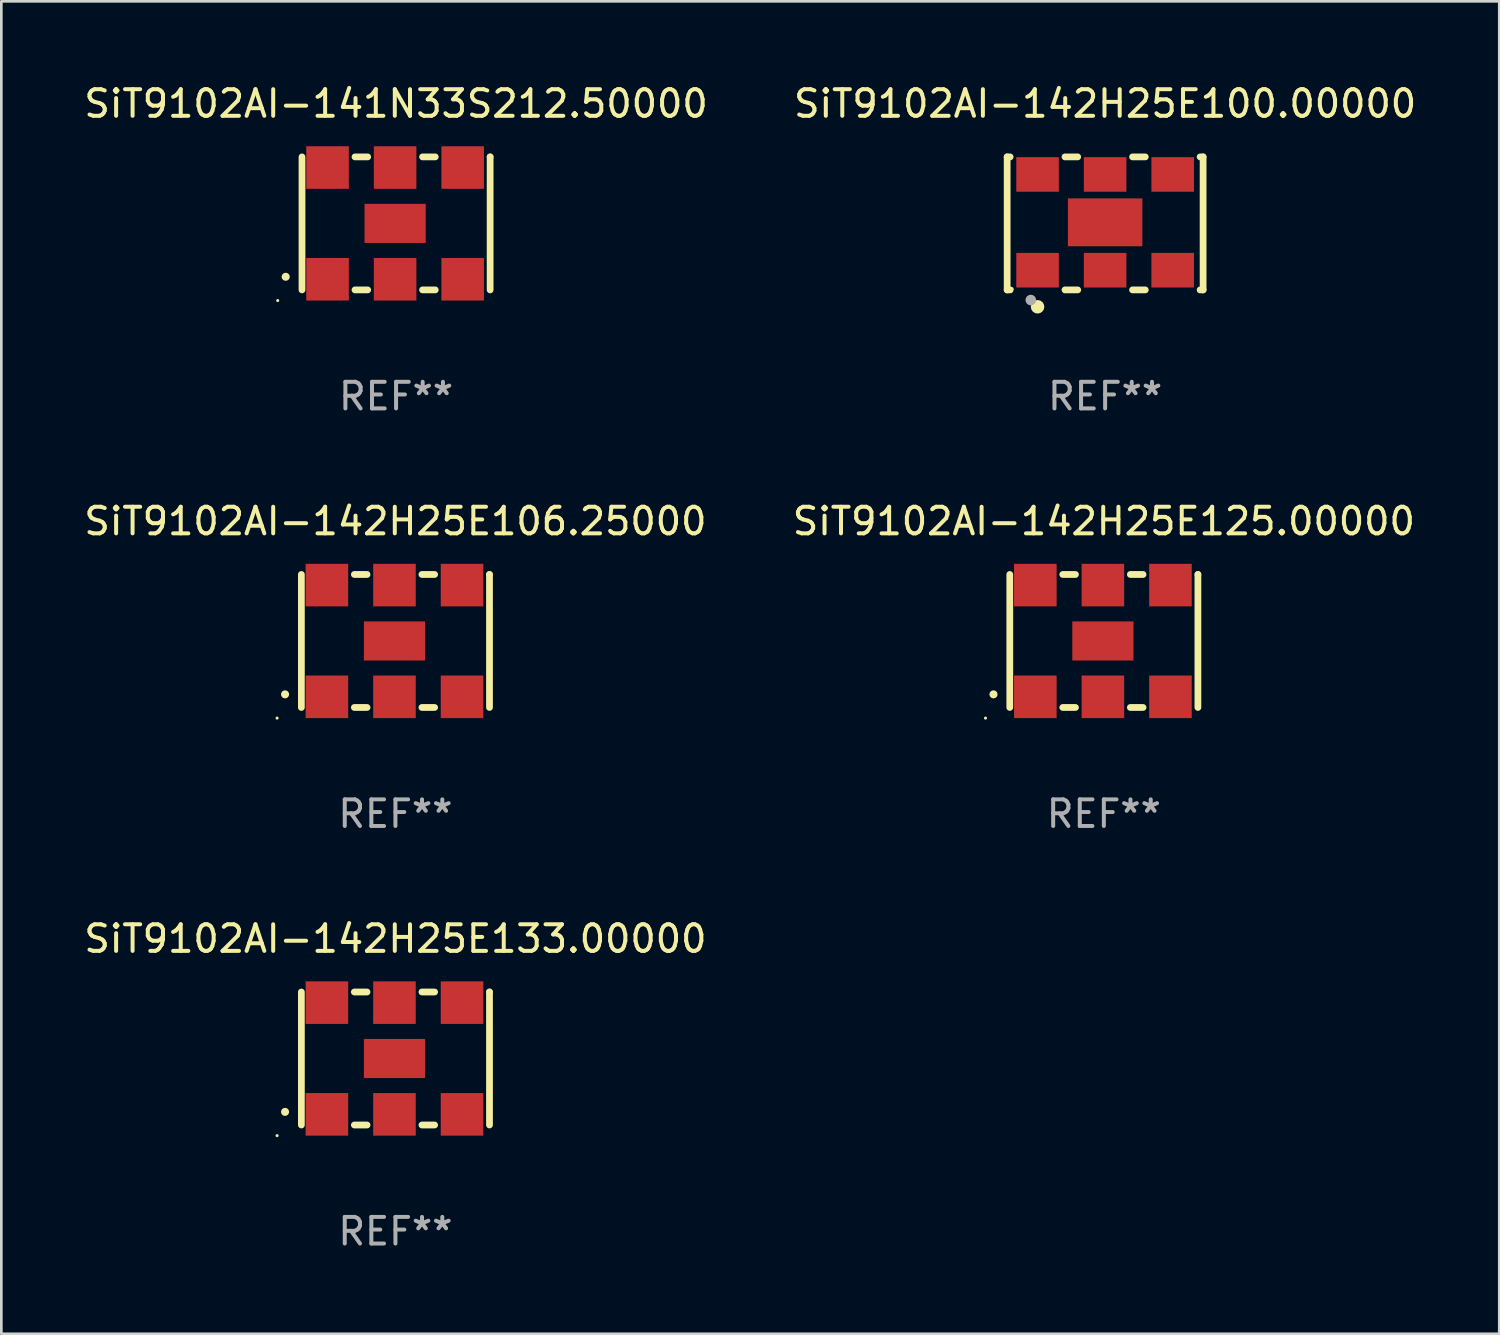
<source format=kicad_pcb>
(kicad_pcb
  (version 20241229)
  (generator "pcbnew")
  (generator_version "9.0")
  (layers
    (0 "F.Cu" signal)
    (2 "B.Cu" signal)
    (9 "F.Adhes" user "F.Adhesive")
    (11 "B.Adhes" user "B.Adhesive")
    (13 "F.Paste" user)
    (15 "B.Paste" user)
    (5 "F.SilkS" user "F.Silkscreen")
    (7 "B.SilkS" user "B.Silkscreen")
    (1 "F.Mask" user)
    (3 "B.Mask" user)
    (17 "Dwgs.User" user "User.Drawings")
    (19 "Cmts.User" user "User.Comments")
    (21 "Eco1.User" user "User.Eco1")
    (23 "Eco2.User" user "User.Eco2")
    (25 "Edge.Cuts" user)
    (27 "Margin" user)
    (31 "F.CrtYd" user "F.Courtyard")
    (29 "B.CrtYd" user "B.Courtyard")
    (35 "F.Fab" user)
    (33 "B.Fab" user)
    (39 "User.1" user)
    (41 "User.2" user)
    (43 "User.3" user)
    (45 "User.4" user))
  (footprint "SiT9102AI-142H25E106.25000"
    (layer "F.Cu")
    (at 11.815 21.045)
    (property "Reference" "SiT9102AI-142H25E106.25000" (at 0 -4.5 0) (layer "F.SilkS") (effects (font (size 1 1) (thickness 0.15))))
    (attr through_hole)
    (fp_line (start -3.536 -2.5) (end -3.536 2.5) (stroke (width 0.254) (type solid)) (layer "F.SilkS"))
    (fp_line (start -1.544 2.5) (end -1.067 2.5) (stroke (width 0.254) (type solid)) (layer "F.SilkS"))
    (fp_line (start -1.067 -2.5) (end -1.544 -2.5) (stroke (width 0.254) (type solid)) (layer "F.SilkS"))
    (fp_line (start 0.996 2.5) (end 1.473 2.5) (stroke (width 0.254) (type solid)) (layer "F.SilkS"))
    (fp_line (start 1.473 -2.5) (end 0.996 -2.5) (stroke (width 0.254) (type solid)) (layer "F.SilkS"))
    (fp_line (start 3.536 -2.5) (end 3.536 -2.5) (stroke (width 0.254) (type solid)) (layer "F.SilkS"))
    (fp_line (start 3.536 2.5) (end 3.536 -2.5) (stroke (width 0.254) (type solid)) (layer "F.SilkS"))
    (fp_arc (start -4.150432 2.006604) (mid -4.149162 2.006599) (end -4.147892 2.006604) (stroke (width 0.3) (type solid)) (layer "F.SilkS"))
    (fp_circle (center -4.449 2.9) (end -4.419 2.9) (stroke (width 0.06) (type solid)) (fill no) (layer "F.SilkS"))
    (fp_text user "REF**" (at 0 6.5 0) (layer "F.Fab") (effects (font (size 1 1) (thickness 0.15))))
    (pad "1" smd rect (at -2.576 2.1) (size 1.6 1.6) (layers "F.Cu" "F.Mask" "F.Paste"))
    (pad "2" smd rect (at -0.036 2.1) (size 1.6 1.6) (layers "F.Cu" "F.Mask" "F.Paste"))
    (pad "3" smd rect (at 2.504 2.1) (size 1.6 1.6) (layers "F.Cu" "F.Mask" "F.Paste"))
    (pad "4" smd rect (at 2.504 -2.1) (size 1.6 1.6) (layers "F.Cu" "F.Mask" "F.Paste"))
    (pad "5" smd rect (at -0.036 -2.1) (size 1.6 1.6) (layers "F.Cu" "F.Mask" "F.Paste"))
    (pad "6" smd rect (at -2.576 -2.1) (size 1.6 1.6) (layers "F.Cu" "F.Mask" "F.Paste"))
    (pad "7" smd rect (at -0.036 0) (size 2.3 1.47) (layers "F.Cu" "F.Mask" "F.Paste")))
  (footprint "SiT9102AI-142H25E133.00000"
    (layer "F.Cu")
    (at 11.815 36.741)
    (property "Reference" "SiT9102AI-142H25E133.00000" (at 0 -4.5 0) (layer "F.SilkS") (effects (font (size 1 1) (thickness 0.15))))
    (attr through_hole)
    (fp_line (start -3.536 -2.5) (end -3.536 2.5) (stroke (width 0.254) (type solid)) (layer "F.SilkS"))
    (fp_line (start -1.544 2.5) (end -1.067 2.5) (stroke (width 0.254) (type solid)) (layer "F.SilkS"))
    (fp_line (start -1.067 -2.5) (end -1.544 -2.5) (stroke (width 0.254) (type solid)) (layer "F.SilkS"))
    (fp_line (start 0.996 2.5) (end 1.473 2.5) (stroke (width 0.254) (type solid)) (layer "F.SilkS"))
    (fp_line (start 1.473 -2.5) (end 0.996 -2.5) (stroke (width 0.254) (type solid)) (layer "F.SilkS"))
    (fp_line (start 3.536 -2.5) (end 3.536 -2.5) (stroke (width 0.254) (type solid)) (layer "F.SilkS"))
    (fp_line (start 3.536 2.5) (end 3.536 -2.5) (stroke (width 0.254) (type solid)) (layer "F.SilkS"))
    (fp_arc (start -4.150432 2.006604) (mid -4.149162 2.006599) (end -4.147892 2.006604) (stroke (width 0.3) (type solid)) (layer "F.SilkS"))
    (fp_circle (center -4.449 2.9) (end -4.419 2.9) (stroke (width 0.06) (type solid)) (fill no) (layer "F.SilkS"))
    (fp_text user "REF**" (at 0 6.5 0) (layer "F.Fab") (effects (font (size 1 1) (thickness 0.15))))
    (pad "1" smd rect (at -2.576 2.1) (size 1.6 1.6) (layers "F.Cu" "F.Mask" "F.Paste"))
    (pad "2" smd rect (at -0.036 2.1) (size 1.6 1.6) (layers "F.Cu" "F.Mask" "F.Paste"))
    (pad "3" smd rect (at 2.504 2.1) (size 1.6 1.6) (layers "F.Cu" "F.Mask" "F.Paste"))
    (pad "4" smd rect (at 2.504 -2.1) (size 1.6 1.6) (layers "F.Cu" "F.Mask" "F.Paste"))
    (pad "5" smd rect (at -0.036 -2.1) (size 1.6 1.6) (layers "F.Cu" "F.Mask" "F.Paste"))
    (pad "6" smd rect (at -2.576 -2.1) (size 1.6 1.6) (layers "F.Cu" "F.Mask" "F.Paste"))
    (pad "7" smd rect (at -0.036 0) (size 2.3 1.47) (layers "F.Cu" "F.Mask" "F.Paste")))
  (footprint "SiT9102AI-142H25E125.00000"
    (layer "F.Cu")
    (at 38.446 21.045)
    (property "Reference" "SiT9102AI-142H25E125.00000" (at 0 -4.5 0) (layer "F.SilkS") (effects (font (size 1 1) (thickness 0.15))))
    (attr through_hole)
    (fp_line (start -3.536 -2.5) (end -3.536 2.5) (stroke (width 0.254) (type solid)) (layer "F.SilkS"))
    (fp_line (start -1.544 2.5) (end -1.067 2.5) (stroke (width 0.254) (type solid)) (layer "F.SilkS"))
    (fp_line (start -1.067 -2.5) (end -1.544 -2.5) (stroke (width 0.254) (type solid)) (layer "F.SilkS"))
    (fp_line (start 0.996 2.5) (end 1.473 2.5) (stroke (width 0.254) (type solid)) (layer "F.SilkS"))
    (fp_line (start 1.473 -2.5) (end 0.996 -2.5) (stroke (width 0.254) (type solid)) (layer "F.SilkS"))
    (fp_line (start 3.536 -2.5) (end 3.536 -2.5) (stroke (width 0.254) (type solid)) (layer "F.SilkS"))
    (fp_line (start 3.536 2.5) (end 3.536 -2.5) (stroke (width 0.254) (type solid)) (layer "F.SilkS"))
    (fp_arc (start -4.150432 2.006604) (mid -4.149162 2.006599) (end -4.147892 2.006604) (stroke (width 0.3) (type solid)) (layer "F.SilkS"))
    (fp_circle (center -4.449 2.9) (end -4.419 2.9) (stroke (width 0.06) (type solid)) (fill no) (layer "F.SilkS"))
    (fp_text user "REF**" (at 0 6.5 0) (layer "F.Fab") (effects (font (size 1 1) (thickness 0.15))))
    (pad "1" smd rect (at -2.576 2.1) (size 1.6 1.6) (layers "F.Cu" "F.Mask" "F.Paste"))
    (pad "2" smd rect (at -0.036 2.1) (size 1.6 1.6) (layers "F.Cu" "F.Mask" "F.Paste"))
    (pad "3" smd rect (at 2.504 2.1) (size 1.6 1.6) (layers "F.Cu" "F.Mask" "F.Paste"))
    (pad "4" smd rect (at 2.504 -2.1) (size 1.6 1.6) (layers "F.Cu" "F.Mask" "F.Paste"))
    (pad "5" smd rect (at -0.036 -2.1) (size 1.6 1.6) (layers "F.Cu" "F.Mask" "F.Paste"))
    (pad "6" smd rect (at -2.576 -2.1) (size 1.6 1.6) (layers "F.Cu" "F.Mask" "F.Paste"))
    (pad "7" smd rect (at -0.036 0) (size 2.3 1.47) (layers "F.Cu" "F.Mask" "F.Paste")))
  (footprint "SiT9102AI-142H25E100.00000"
    (layer "F.Cu")
    (at 38.494 5.348)
    (property "Reference" "SiT9102AI-142H25E100.00000" (at 0 -4.5 0) (layer "F.SilkS") (effects (font (size 1 1) (thickness 0.15))))
    (attr through_hole)
    (fp_line (start -3.683 -2.5) (end -3.571 -2.5) (stroke (width 0.254) (type solid)) (layer "F.SilkS"))
    (fp_line (start -3.683 2.5) (end -3.683 -2.5) (stroke (width 0.254) (type solid)) (layer "F.SilkS"))
    (fp_line (start -3.683 2.5) (end -3.571 2.5) (stroke (width 0.254) (type solid)) (layer "F.SilkS"))
    (fp_line (start -1.509 -2.5) (end -1.031 -2.5) (stroke (width 0.254) (type solid)) (layer "F.SilkS"))
    (fp_line (start -1.509 2.5) (end -1.031 2.5) (stroke (width 0.254) (type solid)) (layer "F.SilkS"))
    (fp_line (start 1.031 -2.5) (end 1.509 -2.5) (stroke (width 0.254) (type solid)) (layer "F.SilkS"))
    (fp_line (start 1.031 2.5) (end 1.509 2.5) (stroke (width 0.254) (type solid)) (layer "F.SilkS"))
    (fp_line (start 3.571 -2.5) (end 3.683 -2.5) (stroke (width 0.254) (type solid)) (layer "F.SilkS"))
    (fp_line (start 3.571 2.5) (end 3.683 2.5) (stroke (width 0.254) (type solid)) (layer "F.SilkS"))
    (fp_line (start 3.683 2.5) (end 3.683 -2.5) (stroke (width 0.254) (type solid)) (layer "F.SilkS"))
    (fp_circle (center -3.5 2.46) (end -3.47 2.46) (stroke (width 0.06) (type solid)) (fill no) (layer "F.SilkS"))
    (fp_circle (center -2.54 3.135) (end -2.413 3.135) (stroke (width 0.254) (type solid)) (fill no) (layer "F.SilkS"))
    (fp_circle (center -2.794 2.881) (end -2.694 2.881) (stroke (width 0.2) (type solid)) (fill no) (layer "F.Fab"))
    (fp_text user "REF**" (at 0 6.5 0) (layer "F.Fab") (effects (font (size 1 1) (thickness 0.15))))
    (pad "1" smd rect (at -2.54 1.76) (size 1.6 1.3) (layers "F.Cu" "F.Mask" "F.Paste"))
    (pad "2" smd rect (at 0 1.76) (size 1.6 1.3) (layers "F.Cu" "F.Mask" "F.Paste"))
    (pad "3" smd rect (at 2.54 1.76) (size 1.6 1.3) (layers "F.Cu" "F.Mask" "F.Paste"))
    (pad "4" smd rect (at 2.54 -1.84) (size 1.6 1.3) (layers "F.Cu" "F.Mask" "F.Paste"))
    (pad "5" smd rect (at 0 -1.84) (size 1.6 1.3) (layers "F.Cu" "F.Mask" "F.Paste"))
    (pad "6" smd rect (at -2.54 -1.84) (size 1.6 1.3) (layers "F.Cu" "F.Mask" "F.Paste"))
    (pad "7" smd rect (at 0 -0.04) (size 2.8 1.8) (layers "F.Cu" "F.Mask" "F.Paste")))
  (footprint "SiT9102AI-141N33S212.50000"
    (layer "F.Cu")
    (at 11.839 5.348)
    (property "Reference" "SiT9102AI-141N33S212.50000" (at 0 -4.5 0) (layer "F.SilkS") (effects (font (size 1 1) (thickness 0.15))))
    (attr through_hole)
    (fp_line (start -3.536 -2.5) (end -3.536 2.5) (stroke (width 0.254) (type solid)) (layer "F.SilkS"))
    (fp_line (start -1.544 2.5) (end -1.067 2.5) (stroke (width 0.254) (type solid)) (layer "F.SilkS"))
    (fp_line (start -1.067 -2.5) (end -1.544 -2.5) (stroke (width 0.254) (type solid)) (layer "F.SilkS"))
    (fp_line (start 0.996 2.5) (end 1.473 2.5) (stroke (width 0.254) (type solid)) (layer "F.SilkS"))
    (fp_line (start 1.473 -2.5) (end 0.996 -2.5) (stroke (width 0.254) (type solid)) (layer "F.SilkS"))
    (fp_line (start 3.536 -2.5) (end 3.536 -2.5) (stroke (width 0.254) (type solid)) (layer "F.SilkS"))
    (fp_line (start 3.536 2.5) (end 3.536 -2.5) (stroke (width 0.254) (type solid)) (layer "F.SilkS"))
    (fp_arc (start -4.150432 2.006604) (mid -4.149162 2.006599) (end -4.147892 2.006604) (stroke (width 0.3) (type solid)) (layer "F.SilkS"))
    (fp_circle (center -4.449 2.9) (end -4.419 2.9) (stroke (width 0.06) (type solid)) (fill no) (layer "F.SilkS"))
    (fp_text user "REF**" (at 0 6.5 0) (layer "F.Fab") (effects (font (size 1 1) (thickness 0.15))))
    (pad "1" smd rect (at -2.576 2.1) (size 1.6 1.6) (layers "F.Cu" "F.Mask" "F.Paste"))
    (pad "2" smd rect (at -0.036 2.1) (size 1.6 1.6) (layers "F.Cu" "F.Mask" "F.Paste"))
    (pad "3" smd rect (at 2.504 2.1) (size 1.6 1.6) (layers "F.Cu" "F.Mask" "F.Paste"))
    (pad "4" smd rect (at 2.504 -2.1) (size 1.6 1.6) (layers "F.Cu" "F.Mask" "F.Paste"))
    (pad "5" smd rect (at -0.036 -2.1) (size 1.6 1.6) (layers "F.Cu" "F.Mask" "F.Paste"))
    (pad "6" smd rect (at -2.576 -2.1) (size 1.6 1.6) (layers "F.Cu" "F.Mask" "F.Paste"))
    (pad "7" smd rect (at -0.036 0) (size 2.3 1.47) (layers "F.Cu" "F.Mask" "F.Paste")))
  (gr_rect
    (start -3 -3)
    (end 53.31 47.09)
    (stroke (width 0.1) (type default))
    (fill no)
    (layer "Edge.Cuts")))
</source>
